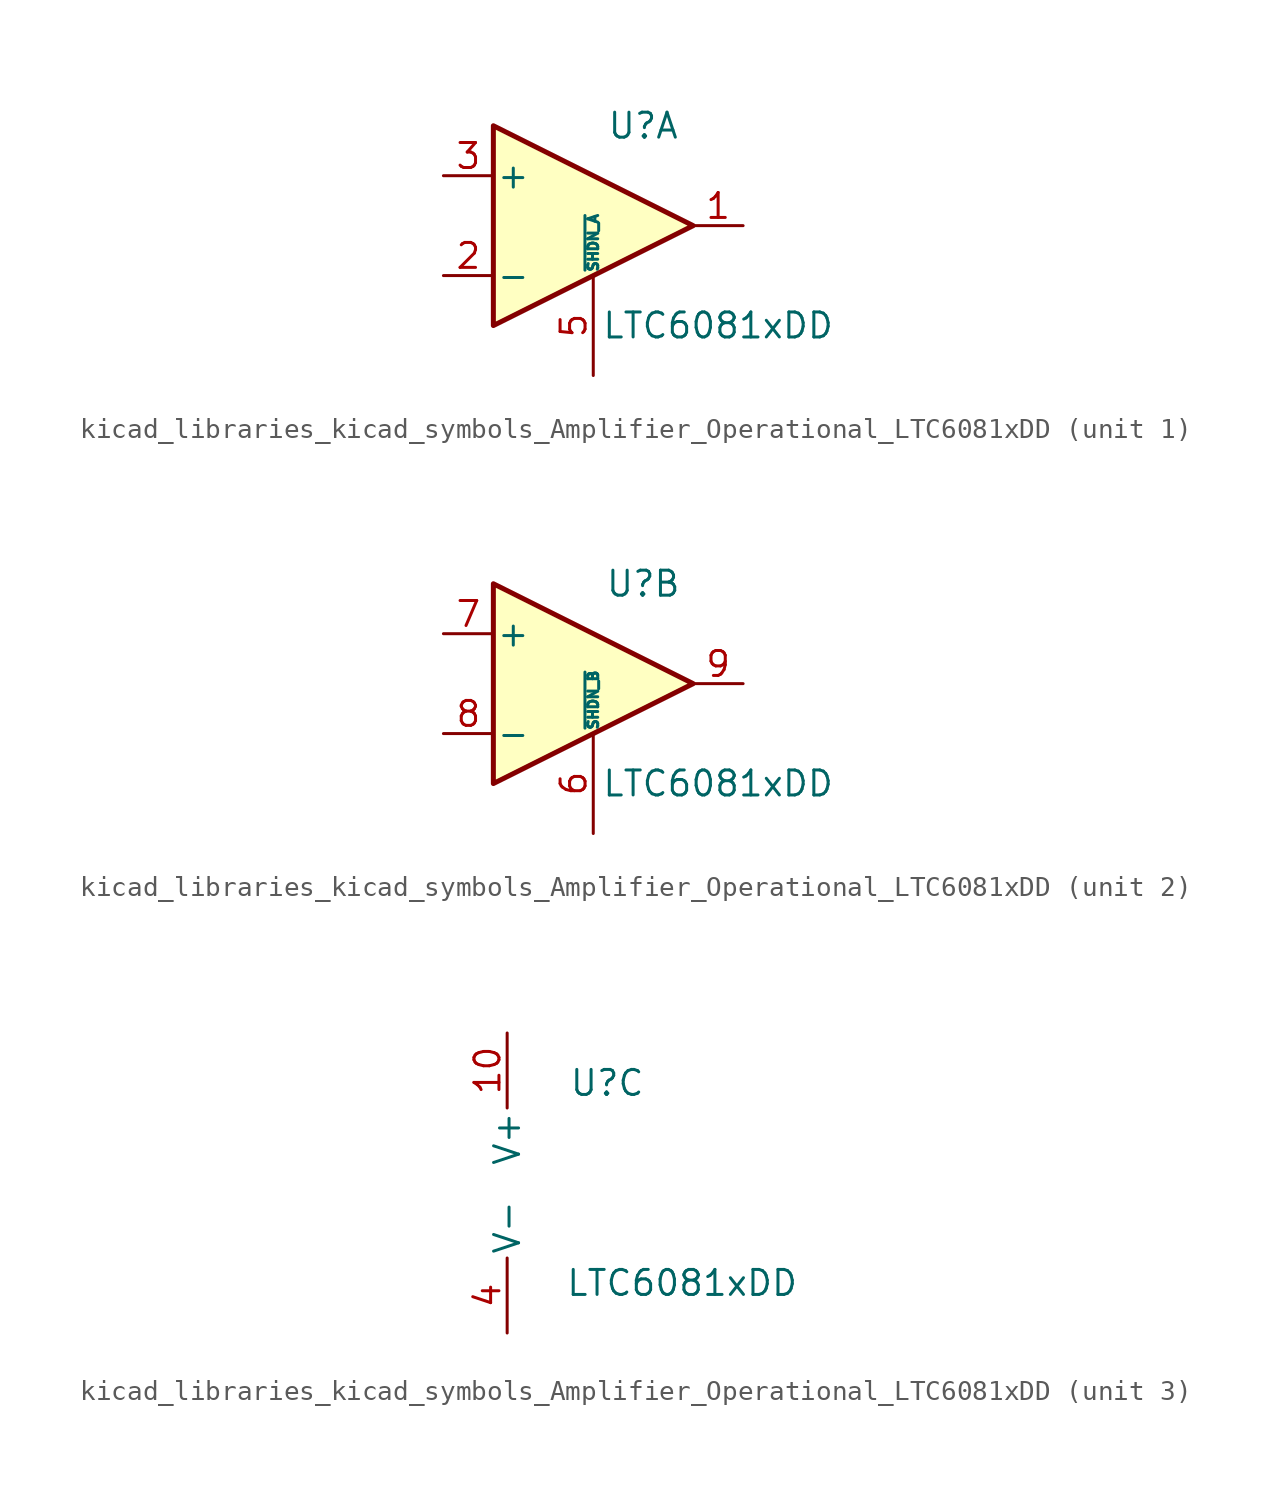
<source format=kicad_sym>
(kicad_symbol_lib
  (version 20220914)
  (generator kicad_symbol_editor)
  (symbol "kicad_libraries_kicad_symbols_Amplifier_Operational_LTC6081xDD"
    (pin_names
      (offset 0.127))
    (property "Reference" "U"
      (at 2.54 5.08 0)
      (effects (font (size 1.27 1.27))))
    (property "Value" "LTC6081xDD"
      (at 6.35 -5.08 0)
      (effects (font (size 1.27 1.27))))
    (property "ki_locked" ""
      (at 0 0 0)
      (effects (font (size 1.27 1.27))))
    (symbol "kicad_libraries_kicad_symbols_Amplifier_Operational_LTC6081xDD_1_1"
      (polyline (pts (xy -5.08 5.08) (xy 5.08 0) (xy -5.08 -5.08) (xy -5.08 5.08)) (stroke (width 0.254) (type default)) (fill (type background)))
      (pin output line (at 7.62 0 180) (length 2.54) (name "~" (effects (font (size 1.27 1.27)))) (number "1" (effects (font (size 1.27 1.27)))))
      (pin input line (at -7.62 -2.54 0) (length 2.54) (name "-" (effects (font (size 1.27 1.27)))) (number "2" (effects (font (size 1.27 1.27)))))
      (pin input line (at -7.62 2.54 0) (length 2.54) (name "+" (effects (font (size 1.27 1.27)))) (number "3" (effects (font (size 1.27 1.27)))))
      (pin input line (at 0 -7.62 90) (length 5.08) (name "~{SHDN_A}" (effects (font (size 0.508 0.508)))) (number "5" (effects (font (size 1.27 1.27))))))
    (symbol "kicad_libraries_kicad_symbols_Amplifier_Operational_LTC6081xDD_2_1"
      (polyline (pts (xy -5.08 5.08) (xy 5.08 0) (xy -5.08 -5.08) (xy -5.08 5.08)) (stroke (width 0.254) (type default)) (fill (type background)))
      (pin input line (at 0 -7.62 90) (length 5.08) (name "~{SHDN_B}" (effects (font (size 0.508 0.508)))) (number "6" (effects (font (size 1.27 1.27)))))
      (pin input line (at -7.62 2.54 0) (length 2.54) (name "+" (effects (font (size 1.27 1.27)))) (number "7" (effects (font (size 1.27 1.27)))))
      (pin input line (at -7.62 -2.54 0) (length 2.54) (name "-" (effects (font (size 1.27 1.27)))) (number "8" (effects (font (size 1.27 1.27)))))
      (pin output line (at 7.62 0 180) (length 2.54) (name "~" (effects (font (size 1.27 1.27)))) (number "9" (effects (font (size 1.27 1.27))))))
    (symbol "kicad_libraries_kicad_symbols_Amplifier_Operational_LTC6081xDD_3_1"
      (pin power_in line (at -2.54 7.62 270) (length 3.81) (name "V+" (effects (font (size 1.27 1.27)))) (number "10" (effects (font (size 1.27 1.27)))))
      (pin passive line (at -2.54 -7.62 90) (length 3.81) hide (name "V-" (effects (font (size 1.27 1.27)))) (number "11" (effects (font (size 1.27 1.27)))))
      (pin power_in line (at -2.54 -7.62 90) (length 3.81) (name "V-" (effects (font (size 1.27 1.27)))) (number "4" (effects (font (size 1.27 1.27))))))))
</source>
